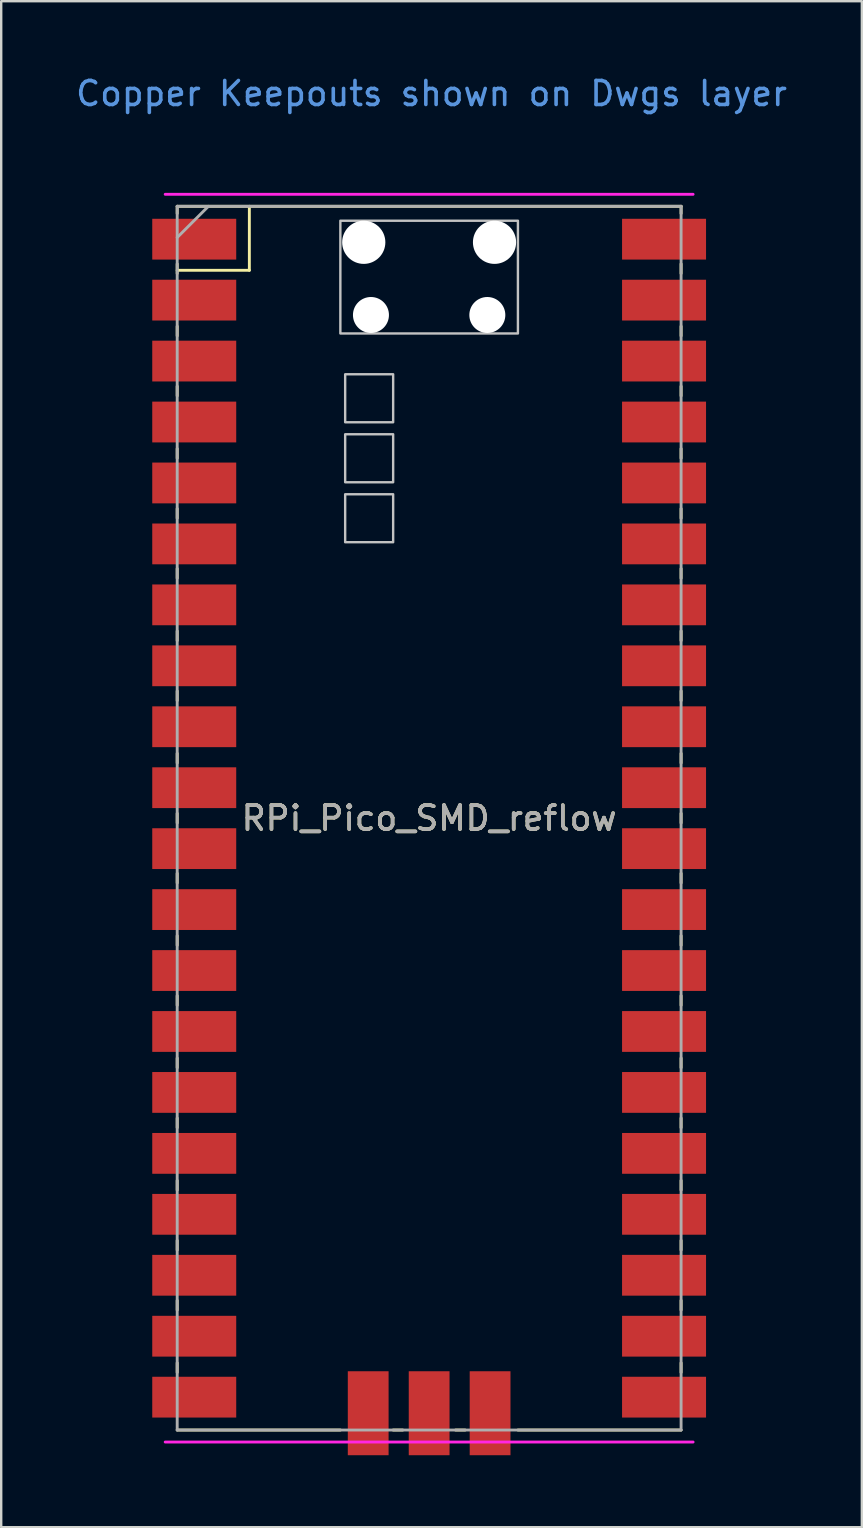
<source format=kicad_pcb>
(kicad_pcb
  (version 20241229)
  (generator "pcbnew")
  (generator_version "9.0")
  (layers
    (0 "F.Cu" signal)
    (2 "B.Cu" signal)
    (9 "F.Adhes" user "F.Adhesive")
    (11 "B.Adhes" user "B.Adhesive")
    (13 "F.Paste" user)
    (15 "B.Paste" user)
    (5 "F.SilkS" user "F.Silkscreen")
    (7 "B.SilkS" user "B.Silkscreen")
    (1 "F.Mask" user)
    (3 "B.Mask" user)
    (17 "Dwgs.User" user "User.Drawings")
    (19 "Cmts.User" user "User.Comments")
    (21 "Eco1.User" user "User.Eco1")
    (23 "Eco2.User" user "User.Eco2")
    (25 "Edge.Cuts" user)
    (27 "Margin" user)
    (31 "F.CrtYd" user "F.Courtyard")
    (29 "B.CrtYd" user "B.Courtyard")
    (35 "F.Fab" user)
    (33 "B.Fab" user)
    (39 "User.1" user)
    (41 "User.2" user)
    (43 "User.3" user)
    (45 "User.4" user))
  (footprint "RPi_Pico_SMD_reflow"
    (layer "F.Cu")
    (at 14.835 31.048)
    (property "Reference" "RPi_Pico_SMD_reflow" (at 0 0 0) (layer "F.SilkS") (effects (font (size 1 1) (thickness 0.15))))
    (attr through_hole)
    (fp_line (start -10.5 -25.5) (end -10.5 -25.2) (stroke (width 0.12) (type solid)) (layer "F.SilkS"))
    (fp_line (start -10.5 -25.5) (end 10.5 -25.5) (stroke (width 0.12) (type solid)) (layer "F.SilkS"))
    (fp_line (start -10.5 -23.1) (end -10.5 -22.7) (stroke (width 0.12) (type solid)) (layer "F.SilkS"))
    (fp_line (start -10.5 -22.833) (end -7.493 -22.833) (stroke (width 0.12) (type solid)) (layer "F.SilkS"))
    (fp_line (start -10.5 -20.5) (end -10.5 -20.1) (stroke (width 0.12) (type solid)) (layer "F.SilkS"))
    (fp_line (start -10.5 -18) (end -10.5 -17.6) (stroke (width 0.12) (type solid)) (layer "F.SilkS"))
    (fp_line (start -10.5 -15.4) (end -10.5 -15) (stroke (width 0.12) (type solid)) (layer "F.SilkS"))
    (fp_line (start -10.5 -12.9) (end -10.5 -12.5) (stroke (width 0.12) (type solid)) (layer "F.SilkS"))
    (fp_line (start -10.5 -10.4) (end -10.5 -10) (stroke (width 0.12) (type solid)) (layer "F.SilkS"))
    (fp_line (start -10.5 -7.8) (end -10.5 -7.4) (stroke (width 0.12) (type solid)) (layer "F.SilkS"))
    (fp_line (start -10.5 -5.3) (end -10.5 -4.9) (stroke (width 0.12) (type solid)) (layer "F.SilkS"))
    (fp_line (start -10.5 -2.7) (end -10.5 -2.3) (stroke (width 0.12) (type solid)) (layer "F.SilkS"))
    (fp_line (start -10.5 -0.2) (end -10.5 0.2) (stroke (width 0.12) (type solid)) (layer "F.SilkS"))
    (fp_line (start -10.5 2.3) (end -10.5 2.7) (stroke (width 0.12) (type solid)) (layer "F.SilkS"))
    (fp_line (start -10.5 4.9) (end -10.5 5.3) (stroke (width 0.12) (type solid)) (layer "F.SilkS"))
    (fp_line (start -10.5 7.4) (end -10.5 7.8) (stroke (width 0.12) (type solid)) (layer "F.SilkS"))
    (fp_line (start -10.5 10) (end -10.5 10.4) (stroke (width 0.12) (type solid)) (layer "F.SilkS"))
    (fp_line (start -10.5 12.5) (end -10.5 12.9) (stroke (width 0.12) (type solid)) (layer "F.SilkS"))
    (fp_line (start -10.5 15.1) (end -10.5 15.5) (stroke (width 0.12) (type solid)) (layer "F.SilkS"))
    (fp_line (start -10.5 17.6) (end -10.5 18) (stroke (width 0.12) (type solid)) (layer "F.SilkS"))
    (fp_line (start -10.5 20.1) (end -10.5 20.5) (stroke (width 0.12) (type solid)) (layer "F.SilkS"))
    (fp_line (start -10.5 22.7) (end -10.5 23.1) (stroke (width 0.12) (type solid)) (layer "F.SilkS"))
    (fp_line (start -7.493 -22.833) (end -7.493 -25.5) (stroke (width 0.12) (type solid)) (layer "F.SilkS"))
    (fp_line (start -3.7 25.5) (end -10.5 25.5) (stroke (width 0.12) (type solid)) (layer "F.SilkS"))
    (fp_line (start -1.5 25.5) (end -1.1 25.5) (stroke (width 0.12) (type solid)) (layer "F.SilkS"))
    (fp_line (start 1.1 25.5) (end 1.5 25.5) (stroke (width 0.12) (type solid)) (layer "F.SilkS"))
    (fp_line (start 10.5 -25.5) (end 10.5 -25.2) (stroke (width 0.12) (type solid)) (layer "F.SilkS"))
    (fp_line (start 10.5 -23.1) (end 10.5 -22.7) (stroke (width 0.12) (type solid)) (layer "F.SilkS"))
    (fp_line (start 10.5 -20.5) (end 10.5 -20.1) (stroke (width 0.12) (type solid)) (layer "F.SilkS"))
    (fp_line (start 10.5 -18) (end 10.5 -17.6) (stroke (width 0.12) (type solid)) (layer "F.SilkS"))
    (fp_line (start 10.5 -15.4) (end 10.5 -15) (stroke (width 0.12) (type solid)) (layer "F.SilkS"))
    (fp_line (start 10.5 -12.9) (end 10.5 -12.5) (stroke (width 0.12) (type solid)) (layer "F.SilkS"))
    (fp_line (start 10.5 -10.4) (end 10.5 -10) (stroke (width 0.12) (type solid)) (layer "F.SilkS"))
    (fp_line (start 10.5 -7.8) (end 10.5 -7.4) (stroke (width 0.12) (type solid)) (layer "F.SilkS"))
    (fp_line (start 10.5 -5.3) (end 10.5 -4.9) (stroke (width 0.12) (type solid)) (layer "F.SilkS"))
    (fp_line (start 10.5 -2.7) (end 10.5 -2.3) (stroke (width 0.12) (type solid)) (layer "F.SilkS"))
    (fp_line (start 10.5 -0.2) (end 10.5 0.2) (stroke (width 0.12) (type solid)) (layer "F.SilkS"))
    (fp_line (start 10.5 2.3) (end 10.5 2.7) (stroke (width 0.12) (type solid)) (layer "F.SilkS"))
    (fp_line (start 10.5 4.9) (end 10.5 5.3) (stroke (width 0.12) (type solid)) (layer "F.SilkS"))
    (fp_line (start 10.5 7.4) (end 10.5 7.8) (stroke (width 0.12) (type solid)) (layer "F.SilkS"))
    (fp_line (start 10.5 10) (end 10.5 10.4) (stroke (width 0.12) (type solid)) (layer "F.SilkS"))
    (fp_line (start 10.5 12.5) (end 10.5 12.9) (stroke (width 0.12) (type solid)) (layer "F.SilkS"))
    (fp_line (start 10.5 15.1) (end 10.5 15.5) (stroke (width 0.12) (type solid)) (layer "F.SilkS"))
    (fp_line (start 10.5 17.6) (end 10.5 18) (stroke (width 0.12) (type solid)) (layer "F.SilkS"))
    (fp_line (start 10.5 20.1) (end 10.5 20.5) (stroke (width 0.12) (type solid)) (layer "F.SilkS"))
    (fp_line (start 10.5 22.7) (end 10.5 23.1) (stroke (width 0.12) (type solid)) (layer "F.SilkS"))
    (fp_line (start 10.5 25.5) (end 3.7 25.5) (stroke (width 0.12) (type solid)) (layer "F.SilkS"))
    (fp_poly (pts (xy -1.5 -16.5) (xy -3.5 -16.5) (xy -3.5 -18.5) (xy -1.5 -18.5)) (stroke (width 0.1) (type solid)) (fill no) (layer "Dwgs.User"))
    (fp_poly (pts (xy -1.5 -14) (xy -3.5 -14) (xy -3.5 -16) (xy -1.5 -16)) (stroke (width 0.1) (type solid)) (fill no) (layer "Dwgs.User"))
    (fp_poly (pts (xy -1.5 -11.5) (xy -3.5 -11.5) (xy -3.5 -13.5) (xy -1.5 -13.5)) (stroke (width 0.1) (type solid)) (fill no) (layer "Dwgs.User"))
    (fp_poly (pts (xy 3.7 -20.2) (xy -3.7 -20.2) (xy -3.7 -24.9) (xy 3.7 -24.9)) (stroke (width 0.1) (type solid)) (fill no) (layer "Dwgs.User"))
    (fp_line (start -11 -26) (end 11 -26) (stroke (width 0.12) (type solid)) (layer "F.CrtYd"))
    (fp_line (start 11 26) (end -11 26) (stroke (width 0.12) (type solid)) (layer "F.CrtYd"))
    (fp_line (start -10.5 -25.5) (end 10.5 -25.5) (stroke (width 0.12) (type solid)) (layer "F.Fab"))
    (fp_line (start -10.5 -24.2) (end -9.2 -25.5) (stroke (width 0.12) (type solid)) (layer "F.Fab"))
    (fp_line (start -10.5 25.5) (end -10.5 -25.5) (stroke (width 0.12) (type solid)) (layer "F.Fab"))
    (fp_line (start 10.5 -25.5) (end 10.5 25.5) (stroke (width 0.12) (type solid)) (layer "F.Fab"))
    (fp_line (start 10.5 25.5) (end -10.5 25.5) (stroke (width 0.12) (type solid)) (layer "F.Fab"))
    (fp_text user "Copper Keepouts shown on Dwgs layer" (at 0.1 -30.2 0) (layer "Cmts.User") (effects (font (size 1 1) (thickness 0.15))))
    (fp_text user "${REFERENCE}" (at 0 0 180) (layer "F.Fab") (effects (font (size 1 1) (thickness 0.15))))
    (pad "" np_thru_hole oval (at -2.725 -24) (size 1.8 1.8) (drill 1.8) (layers "*.Cu" "*.Mask"))
    (pad "" np_thru_hole oval (at -2.425 -20.97) (size 1.5 1.5) (drill 1.5) (layers "*.Cu" "*.Mask"))
    (pad "" np_thru_hole oval (at 2.425 -20.97) (size 1.5 1.5) (drill 1.5) (layers "*.Cu" "*.Mask"))
    (pad "" np_thru_hole oval (at 2.725 -24) (size 1.8 1.8) (drill 1.8) (layers "*.Cu" "*.Mask"))
    (pad "1" smd rect (at -8.89 -24.13) (size 3.5 1.7) (drill (offset -0.9 0)) (layers "F.Cu" "F.Mask" "F.Paste"))
    (pad "2" smd rect (at -8.89 -21.59) (size 3.5 1.7) (drill (offset -0.9 0)) (layers "F.Cu" "F.Mask" "F.Paste"))
    (pad "3" smd rect (at -8.89 -19.05) (size 3.5 1.7) (drill (offset -0.9 0)) (layers "F.Cu" "F.Mask" "F.Paste"))
    (pad "4" smd rect (at -8.89 -16.51) (size 3.5 1.7) (drill (offset -0.9 0)) (layers "F.Cu" "F.Mask" "F.Paste"))
    (pad "5" smd rect (at -8.89 -13.97) (size 3.5 1.7) (drill (offset -0.9 0)) (layers "F.Cu" "F.Mask" "F.Paste"))
    (pad "6" smd rect (at -8.89 -11.43) (size 3.5 1.7) (drill (offset -0.9 0)) (layers "F.Cu" "F.Mask" "F.Paste"))
    (pad "7" smd rect (at -8.89 -8.89) (size 3.5 1.7) (drill (offset -0.9 0)) (layers "F.Cu" "F.Mask" "F.Paste"))
    (pad "8" smd rect (at -8.89 -6.35) (size 3.5 1.7) (drill (offset -0.9 0)) (layers "F.Cu" "F.Mask" "F.Paste"))
    (pad "9" smd rect (at -8.89 -3.81) (size 3.5 1.7) (drill (offset -0.9 0)) (layers "F.Cu" "F.Mask" "F.Paste"))
    (pad "10" smd rect (at -8.89 -1.27) (size 3.5 1.7) (drill (offset -0.9 0)) (layers "F.Cu" "F.Mask" "F.Paste"))
    (pad "11" smd rect (at -8.89 1.27) (size 3.5 1.7) (drill (offset -0.9 0)) (layers "F.Cu" "F.Mask" "F.Paste"))
    (pad "12" smd rect (at -8.89 3.81) (size 3.5 1.7) (drill (offset -0.9 0)) (layers "F.Cu" "F.Mask" "F.Paste"))
    (pad "13" smd rect (at -8.89 6.35) (size 3.5 1.7) (drill (offset -0.9 0)) (layers "F.Cu" "F.Mask" "F.Paste"))
    (pad "14" smd rect (at -8.89 8.89) (size 3.5 1.7) (drill (offset -0.9 0)) (layers "F.Cu" "F.Mask" "F.Paste"))
    (pad "15" smd rect (at -8.89 11.43) (size 3.5 1.7) (drill (offset -0.9 0)) (layers "F.Cu" "F.Mask" "F.Paste"))
    (pad "16" smd rect (at -8.89 13.97) (size 3.5 1.7) (drill (offset -0.9 0)) (layers "F.Cu" "F.Mask" "F.Paste"))
    (pad "17" smd rect (at -8.89 16.51) (size 3.5 1.7) (drill (offset -0.9 0)) (layers "F.Cu" "F.Mask" "F.Paste"))
    (pad "18" smd rect (at -8.89 19.05) (size 3.5 1.7) (drill (offset -0.9 0)) (layers "F.Cu" "F.Mask" "F.Paste"))
    (pad "19" smd rect (at -8.89 21.59) (size 3.5 1.7) (drill (offset -0.9 0)) (layers "F.Cu" "F.Mask" "F.Paste"))
    (pad "20" smd rect (at -8.89 24.13) (size 3.5 1.7) (drill (offset -0.9 0)) (layers "F.Cu" "F.Mask" "F.Paste"))
    (pad "21" smd rect (at 8.89 24.13) (size 3.5 1.7) (drill (offset 0.9 0)) (layers "F.Cu" "F.Mask" "F.Paste"))
    (pad "22" smd rect (at 8.89 21.59) (size 3.5 1.7) (drill (offset 0.9 0)) (layers "F.Cu" "F.Mask" "F.Paste"))
    (pad "23" smd rect (at 8.89 19.05) (size 3.5 1.7) (drill (offset 0.9 0)) (layers "F.Cu" "F.Mask" "F.Paste"))
    (pad "24" smd rect (at 8.89 16.51) (size 3.5 1.7) (drill (offset 0.9 0)) (layers "F.Cu" "F.Mask" "F.Paste"))
    (pad "25" smd rect (at 8.89 13.97) (size 3.5 1.7) (drill (offset 0.9 0)) (layers "F.Cu" "F.Mask" "F.Paste"))
    (pad "26" smd rect (at 8.89 11.43) (size 3.5 1.7) (drill (offset 0.9 0)) (layers "F.Cu" "F.Mask" "F.Paste"))
    (pad "27" smd rect (at 8.89 8.89) (size 3.5 1.7) (drill (offset 0.9 0)) (layers "F.Cu" "F.Mask" "F.Paste"))
    (pad "28" smd rect (at 8.89 6.35) (size 3.5 1.7) (drill (offset 0.9 0)) (layers "F.Cu" "F.Mask" "F.Paste"))
    (pad "29" smd rect (at 8.89 3.81) (size 3.5 1.7) (drill (offset 0.9 0)) (layers "F.Cu" "F.Mask" "F.Paste"))
    (pad "30" smd rect (at 8.89 1.27) (size 3.5 1.7) (drill (offset 0.9 0)) (layers "F.Cu" "F.Mask" "F.Paste"))
    (pad "31" smd rect (at 8.89 -1.27) (size 3.5 1.7) (drill (offset 0.9 0)) (layers "F.Cu" "F.Mask" "F.Paste"))
    (pad "32" smd rect (at 8.89 -3.81) (size 3.5 1.7) (drill (offset 0.9 0)) (layers "F.Cu" "F.Mask" "F.Paste"))
    (pad "33" smd rect (at 8.89 -6.35) (size 3.5 1.7) (drill (offset 0.9 0)) (layers "F.Cu" "F.Mask" "F.Paste"))
    (pad "34" smd rect (at 8.89 -8.89) (size 3.5 1.7) (drill (offset 0.9 0)) (layers "F.Cu" "F.Mask" "F.Paste"))
    (pad "35" smd rect (at 8.89 -11.43) (size 3.5 1.7) (drill (offset 0.9 0)) (layers "F.Cu" "F.Mask" "F.Paste"))
    (pad "36" smd rect (at 8.89 -13.97) (size 3.5 1.7) (drill (offset 0.9 0)) (layers "F.Cu" "F.Mask" "F.Paste"))
    (pad "37" smd rect (at 8.89 -16.51) (size 3.5 1.7) (drill (offset 0.9 0)) (layers "F.Cu" "F.Mask" "F.Paste"))
    (pad "38" smd rect (at 8.89 -19.05) (size 3.5 1.7) (drill (offset 0.9 0)) (layers "F.Cu" "F.Mask" "F.Paste"))
    (pad "39" smd rect (at 8.89 -21.59) (size 3.5 1.7) (drill (offset 0.9 0)) (layers "F.Cu" "F.Mask" "F.Paste"))
    (pad "40" smd rect (at 8.89 -24.13) (size 3.5 1.7) (drill (offset 0.9 0)) (layers "F.Cu" "F.Mask" "F.Paste"))
    (pad "41" smd rect (at -2.54 23.9 90) (size 3.5 1.7) (drill (offset -0.9 0)) (layers "F.Cu" "F.Mask" "F.Paste"))
    (pad "42" smd rect (at 0 23.9 90) (size 3.5 1.7) (drill (offset -0.9 0)) (layers "F.Cu" "F.Mask" "F.Paste"))
    (pad "43" smd rect (at 2.54 23.9 90) (size 3.5 1.7) (drill (offset -0.9 0)) (layers "F.Cu" "F.Mask" "F.Paste")))
  (gr_rect
    (start -3 -3)
    (end 32.869 60.598)
    (stroke (width 0.1) (type default))
    (fill no)
    (layer "Edge.Cuts")))
</source>
